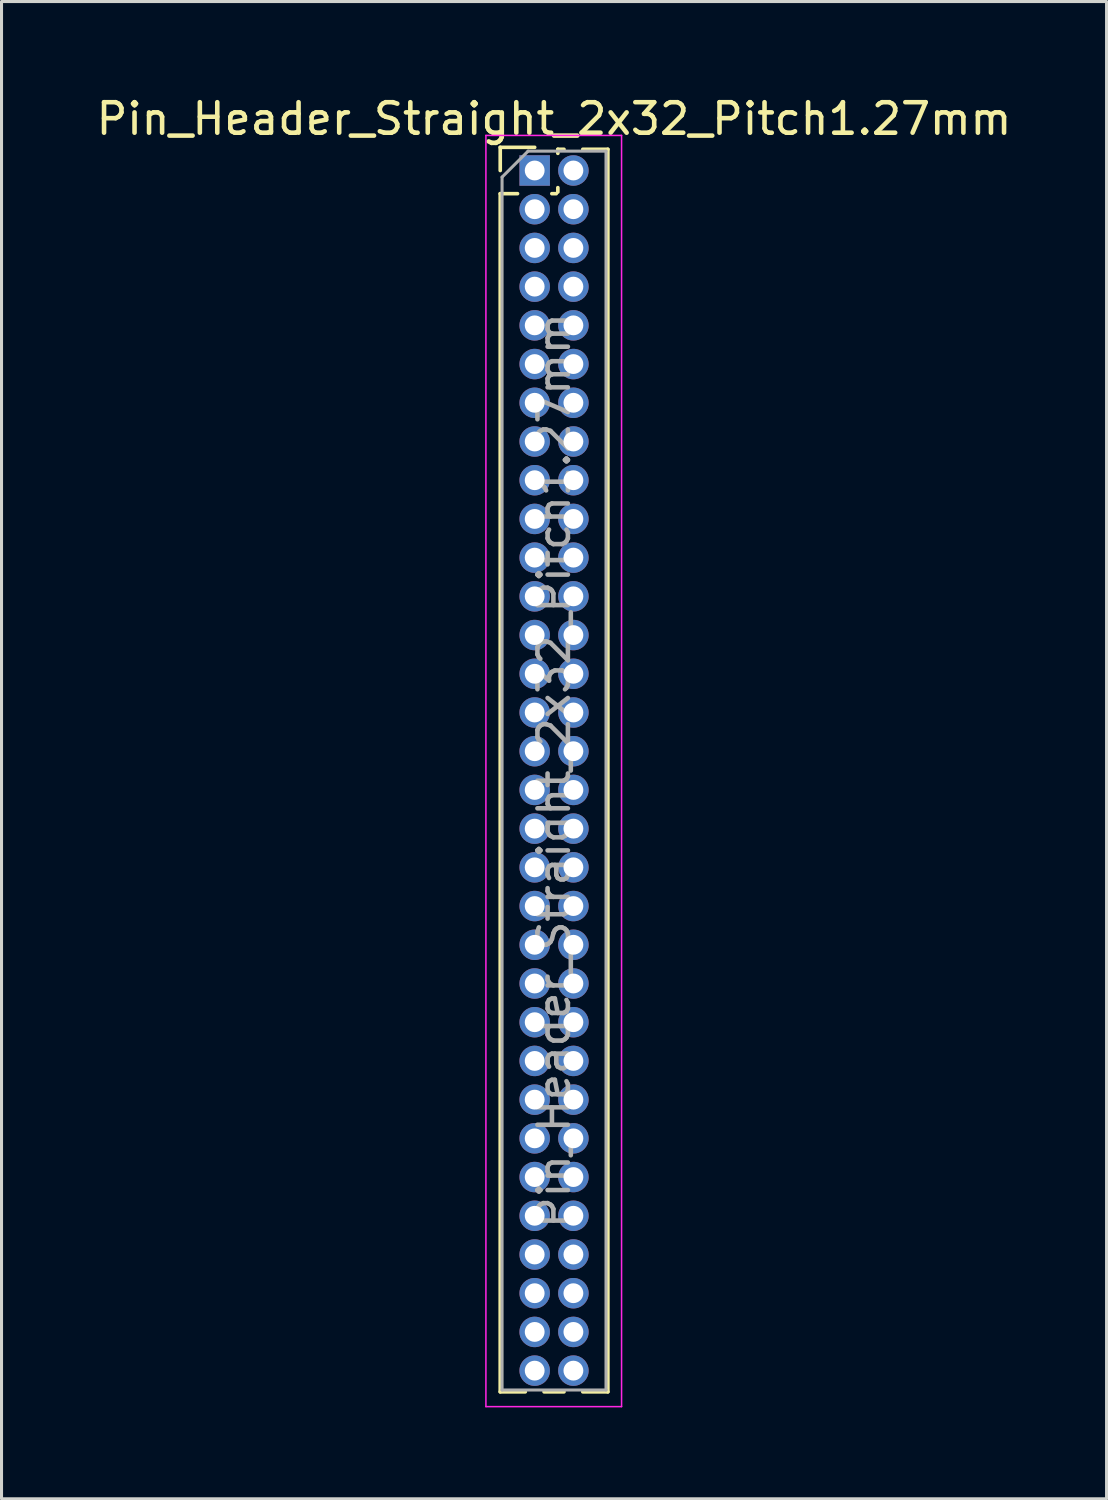
<source format=kicad_pcb>
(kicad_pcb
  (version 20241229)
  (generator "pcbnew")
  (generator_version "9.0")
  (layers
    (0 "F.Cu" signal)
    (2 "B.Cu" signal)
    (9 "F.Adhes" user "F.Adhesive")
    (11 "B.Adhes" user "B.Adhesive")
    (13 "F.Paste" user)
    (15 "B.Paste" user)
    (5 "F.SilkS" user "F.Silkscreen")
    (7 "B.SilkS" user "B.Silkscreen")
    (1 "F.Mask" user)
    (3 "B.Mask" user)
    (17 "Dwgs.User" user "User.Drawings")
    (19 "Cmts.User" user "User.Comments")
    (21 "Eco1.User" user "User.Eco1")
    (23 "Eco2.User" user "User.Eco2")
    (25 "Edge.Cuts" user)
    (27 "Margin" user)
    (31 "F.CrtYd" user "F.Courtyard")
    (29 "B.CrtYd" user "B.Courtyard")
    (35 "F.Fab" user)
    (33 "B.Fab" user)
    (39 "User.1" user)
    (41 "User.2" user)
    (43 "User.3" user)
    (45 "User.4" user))
  (footprint "Pin_Header_Straight_2x32_Pitch1.27mm"
    (layer "F.Cu")
    (at 14.49 2.543)
    (property "Reference" "Pin_Header_Straight_2x32_Pitch1.27mm" (at 0.635 -1.695 0) (layer "F.SilkS") (effects (font (size 1 1) (thickness 0.15))))
    (attr through_hole)
    (fp_line (start -1.13 -0.76) (end 0 -0.76) (stroke (width 0.12) (type solid)) (layer "F.SilkS"))
    (fp_line (start -1.13 0) (end -1.13 -0.76) (stroke (width 0.12) (type solid)) (layer "F.SilkS"))
    (fp_line (start -1.13 0.76) (end -1.13 40.065) (stroke (width 0.12) (type solid)) (layer "F.SilkS"))
    (fp_line (start -1.13 0.76) (end -0.563 0.76) (stroke (width 0.12) (type solid)) (layer "F.SilkS"))
    (fp_line (start -1.13 40.065) (end -0.308 40.065) (stroke (width 0.12) (type solid)) (layer "F.SilkS"))
    (fp_line (start 0.308 40.065) (end 0.962 40.065) (stroke (width 0.12) (type solid)) (layer "F.SilkS"))
    (fp_line (start 0.563 0.76) (end 0.707 0.76) (stroke (width 0.12) (type solid)) (layer "F.SilkS"))
    (fp_line (start 0.76 -0.695) (end 0.962 -0.695) (stroke (width 0.12) (type solid)) (layer "F.SilkS"))
    (fp_line (start 0.76 -0.563) (end 0.76 -0.695) (stroke (width 0.12) (type solid)) (layer "F.SilkS"))
    (fp_line (start 0.76 0.707) (end 0.76 0.563) (stroke (width 0.12) (type solid)) (layer "F.SilkS"))
    (fp_line (start 1.578 -0.695) (end 2.4 -0.695) (stroke (width 0.12) (type solid)) (layer "F.SilkS"))
    (fp_line (start 1.578 40.065) (end 2.4 40.065) (stroke (width 0.12) (type solid)) (layer "F.SilkS"))
    (fp_line (start 2.4 -0.695) (end 2.4 40.065) (stroke (width 0.12) (type solid)) (layer "F.SilkS"))
    (fp_line (start -1.6 -1.15) (end -1.6 40.55) (stroke (width 0.05) (type solid)) (layer "F.CrtYd"))
    (fp_line (start -1.6 40.55) (end 2.85 40.55) (stroke (width 0.05) (type solid)) (layer "F.CrtYd"))
    (fp_line (start 2.85 -1.15) (end -1.6 -1.15) (stroke (width 0.05) (type solid)) (layer "F.CrtYd"))
    (fp_line (start 2.85 40.55) (end 2.85 -1.15) (stroke (width 0.05) (type solid)) (layer "F.CrtYd"))
    (fp_line (start -1.07 0.217) (end -0.217 -0.635) (stroke (width 0.1) (type solid)) (layer "F.Fab"))
    (fp_line (start -1.07 40.005) (end -1.07 0.217) (stroke (width 0.1) (type solid)) (layer "F.Fab"))
    (fp_line (start -0.217 -0.635) (end 2.34 -0.635) (stroke (width 0.1) (type solid)) (layer "F.Fab"))
    (fp_line (start 2.34 -0.635) (end 2.34 40.005) (stroke (width 0.1) (type solid)) (layer "F.Fab"))
    (fp_line (start 2.34 40.005) (end -1.07 40.005) (stroke (width 0.1) (type solid)) (layer "F.Fab"))
    (fp_text user "${REFERENCE}" (at 0.635 19.685 90) (layer "F.Fab") (effects (font (size 1 1) (thickness 0.15))))
    (pad "1" thru_hole rect (at 0 0) (size 1 1) (drill 0.65) (layers "*.Cu" "*.Mask"))
    (pad "2" thru_hole oval (at 1.27 0) (size 1 1) (drill 0.65) (layers "*.Cu" "*.Mask"))
    (pad "3" thru_hole oval (at 0 1.27) (size 1 1) (drill 0.65) (layers "*.Cu" "*.Mask"))
    (pad "4" thru_hole oval (at 1.27 1.27) (size 1 1) (drill 0.65) (layers "*.Cu" "*.Mask"))
    (pad "5" thru_hole oval (at 0 2.54) (size 1 1) (drill 0.65) (layers "*.Cu" "*.Mask"))
    (pad "6" thru_hole oval (at 1.27 2.54) (size 1 1) (drill 0.65) (layers "*.Cu" "*.Mask"))
    (pad "7" thru_hole oval (at 0 3.81) (size 1 1) (drill 0.65) (layers "*.Cu" "*.Mask"))
    (pad "8" thru_hole oval (at 1.27 3.81) (size 1 1) (drill 0.65) (layers "*.Cu" "*.Mask"))
    (pad "9" thru_hole oval (at 0 5.08) (size 1 1) (drill 0.65) (layers "*.Cu" "*.Mask"))
    (pad "10" thru_hole oval (at 1.27 5.08) (size 1 1) (drill 0.65) (layers "*.Cu" "*.Mask"))
    (pad "11" thru_hole oval (at 0 6.35) (size 1 1) (drill 0.65) (layers "*.Cu" "*.Mask"))
    (pad "12" thru_hole oval (at 1.27 6.35) (size 1 1) (drill 0.65) (layers "*.Cu" "*.Mask"))
    (pad "13" thru_hole oval (at 0 7.62) (size 1 1) (drill 0.65) (layers "*.Cu" "*.Mask"))
    (pad "14" thru_hole oval (at 1.27 7.62) (size 1 1) (drill 0.65) (layers "*.Cu" "*.Mask"))
    (pad "15" thru_hole oval (at 0 8.89) (size 1 1) (drill 0.65) (layers "*.Cu" "*.Mask"))
    (pad "16" thru_hole oval (at 1.27 8.89) (size 1 1) (drill 0.65) (layers "*.Cu" "*.Mask"))
    (pad "17" thru_hole oval (at 0 10.16) (size 1 1) (drill 0.65) (layers "*.Cu" "*.Mask"))
    (pad "18" thru_hole oval (at 1.27 10.16) (size 1 1) (drill 0.65) (layers "*.Cu" "*.Mask"))
    (pad "19" thru_hole oval (at 0 11.43) (size 1 1) (drill 0.65) (layers "*.Cu" "*.Mask"))
    (pad "20" thru_hole oval (at 1.27 11.43) (size 1 1) (drill 0.65) (layers "*.Cu" "*.Mask"))
    (pad "21" thru_hole oval (at 0 12.7) (size 1 1) (drill 0.65) (layers "*.Cu" "*.Mask"))
    (pad "22" thru_hole oval (at 1.27 12.7) (size 1 1) (drill 0.65) (layers "*.Cu" "*.Mask"))
    (pad "23" thru_hole oval (at 0 13.97) (size 1 1) (drill 0.65) (layers "*.Cu" "*.Mask"))
    (pad "24" thru_hole oval (at 1.27 13.97) (size 1 1) (drill 0.65) (layers "*.Cu" "*.Mask"))
    (pad "25" thru_hole oval (at 0 15.24) (size 1 1) (drill 0.65) (layers "*.Cu" "*.Mask"))
    (pad "26" thru_hole oval (at 1.27 15.24) (size 1 1) (drill 0.65) (layers "*.Cu" "*.Mask"))
    (pad "27" thru_hole oval (at 0 16.51) (size 1 1) (drill 0.65) (layers "*.Cu" "*.Mask"))
    (pad "28" thru_hole oval (at 1.27 16.51) (size 1 1) (drill 0.65) (layers "*.Cu" "*.Mask"))
    (pad "29" thru_hole oval (at 0 17.78) (size 1 1) (drill 0.65) (layers "*.Cu" "*.Mask"))
    (pad "30" thru_hole oval (at 1.27 17.78) (size 1 1) (drill 0.65) (layers "*.Cu" "*.Mask"))
    (pad "31" thru_hole oval (at 0 19.05) (size 1 1) (drill 0.65) (layers "*.Cu" "*.Mask"))
    (pad "32" thru_hole oval (at 1.27 19.05) (size 1 1) (drill 0.65) (layers "*.Cu" "*.Mask"))
    (pad "33" thru_hole oval (at 0 20.32) (size 1 1) (drill 0.65) (layers "*.Cu" "*.Mask"))
    (pad "34" thru_hole oval (at 1.27 20.32) (size 1 1) (drill 0.65) (layers "*.Cu" "*.Mask"))
    (pad "35" thru_hole oval (at 0 21.59) (size 1 1) (drill 0.65) (layers "*.Cu" "*.Mask"))
    (pad "36" thru_hole oval (at 1.27 21.59) (size 1 1) (drill 0.65) (layers "*.Cu" "*.Mask"))
    (pad "37" thru_hole oval (at 0 22.86) (size 1 1) (drill 0.65) (layers "*.Cu" "*.Mask"))
    (pad "38" thru_hole oval (at 1.27 22.86) (size 1 1) (drill 0.65) (layers "*.Cu" "*.Mask"))
    (pad "39" thru_hole oval (at 0 24.13) (size 1 1) (drill 0.65) (layers "*.Cu" "*.Mask"))
    (pad "40" thru_hole oval (at 1.27 24.13) (size 1 1) (drill 0.65) (layers "*.Cu" "*.Mask"))
    (pad "41" thru_hole oval (at 0 25.4) (size 1 1) (drill 0.65) (layers "*.Cu" "*.Mask"))
    (pad "42" thru_hole oval (at 1.27 25.4) (size 1 1) (drill 0.65) (layers "*.Cu" "*.Mask"))
    (pad "43" thru_hole oval (at 0 26.67) (size 1 1) (drill 0.65) (layers "*.Cu" "*.Mask"))
    (pad "44" thru_hole oval (at 1.27 26.67) (size 1 1) (drill 0.65) (layers "*.Cu" "*.Mask"))
    (pad "45" thru_hole oval (at 0 27.94) (size 1 1) (drill 0.65) (layers "*.Cu" "*.Mask"))
    (pad "46" thru_hole oval (at 1.27 27.94) (size 1 1) (drill 0.65) (layers "*.Cu" "*.Mask"))
    (pad "47" thru_hole oval (at 0 29.21) (size 1 1) (drill 0.65) (layers "*.Cu" "*.Mask"))
    (pad "48" thru_hole oval (at 1.27 29.21) (size 1 1) (drill 0.65) (layers "*.Cu" "*.Mask"))
    (pad "49" thru_hole oval (at 0 30.48) (size 1 1) (drill 0.65) (layers "*.Cu" "*.Mask"))
    (pad "50" thru_hole oval (at 1.27 30.48) (size 1 1) (drill 0.65) (layers "*.Cu" "*.Mask"))
    (pad "51" thru_hole oval (at 0 31.75) (size 1 1) (drill 0.65) (layers "*.Cu" "*.Mask"))
    (pad "52" thru_hole oval (at 1.27 31.75) (size 1 1) (drill 0.65) (layers "*.Cu" "*.Mask"))
    (pad "53" thru_hole oval (at 0 33.02) (size 1 1) (drill 0.65) (layers "*.Cu" "*.Mask"))
    (pad "54" thru_hole oval (at 1.27 33.02) (size 1 1) (drill 0.65) (layers "*.Cu" "*.Mask"))
    (pad "55" thru_hole oval (at 0 34.29) (size 1 1) (drill 0.65) (layers "*.Cu" "*.Mask"))
    (pad "56" thru_hole oval (at 1.27 34.29) (size 1 1) (drill 0.65) (layers "*.Cu" "*.Mask"))
    (pad "57" thru_hole oval (at 0 35.56) (size 1 1) (drill 0.65) (layers "*.Cu" "*.Mask"))
    (pad "58" thru_hole oval (at 1.27 35.56) (size 1 1) (drill 0.65) (layers "*.Cu" "*.Mask"))
    (pad "59" thru_hole oval (at 0 36.83) (size 1 1) (drill 0.65) (layers "*.Cu" "*.Mask"))
    (pad "60" thru_hole oval (at 1.27 36.83) (size 1 1) (drill 0.65) (layers "*.Cu" "*.Mask"))
    (pad "61" thru_hole oval (at 0 38.1) (size 1 1) (drill 0.65) (layers "*.Cu" "*.Mask"))
    (pad "62" thru_hole oval (at 1.27 38.1) (size 1 1) (drill 0.65) (layers "*.Cu" "*.Mask"))
    (pad "63" thru_hole oval (at 0 39.37) (size 1 1) (drill 0.65) (layers "*.Cu" "*.Mask"))
    (pad "64" thru_hole oval (at 1.27 39.37) (size 1 1) (drill 0.65) (layers "*.Cu" "*.Mask")))
  (gr_rect
    (start -3 -3)
    (end 33.25 46.118)
    (stroke (width 0.1) (type default))
    (fill no)
    (layer "Edge.Cuts")))
</source>
